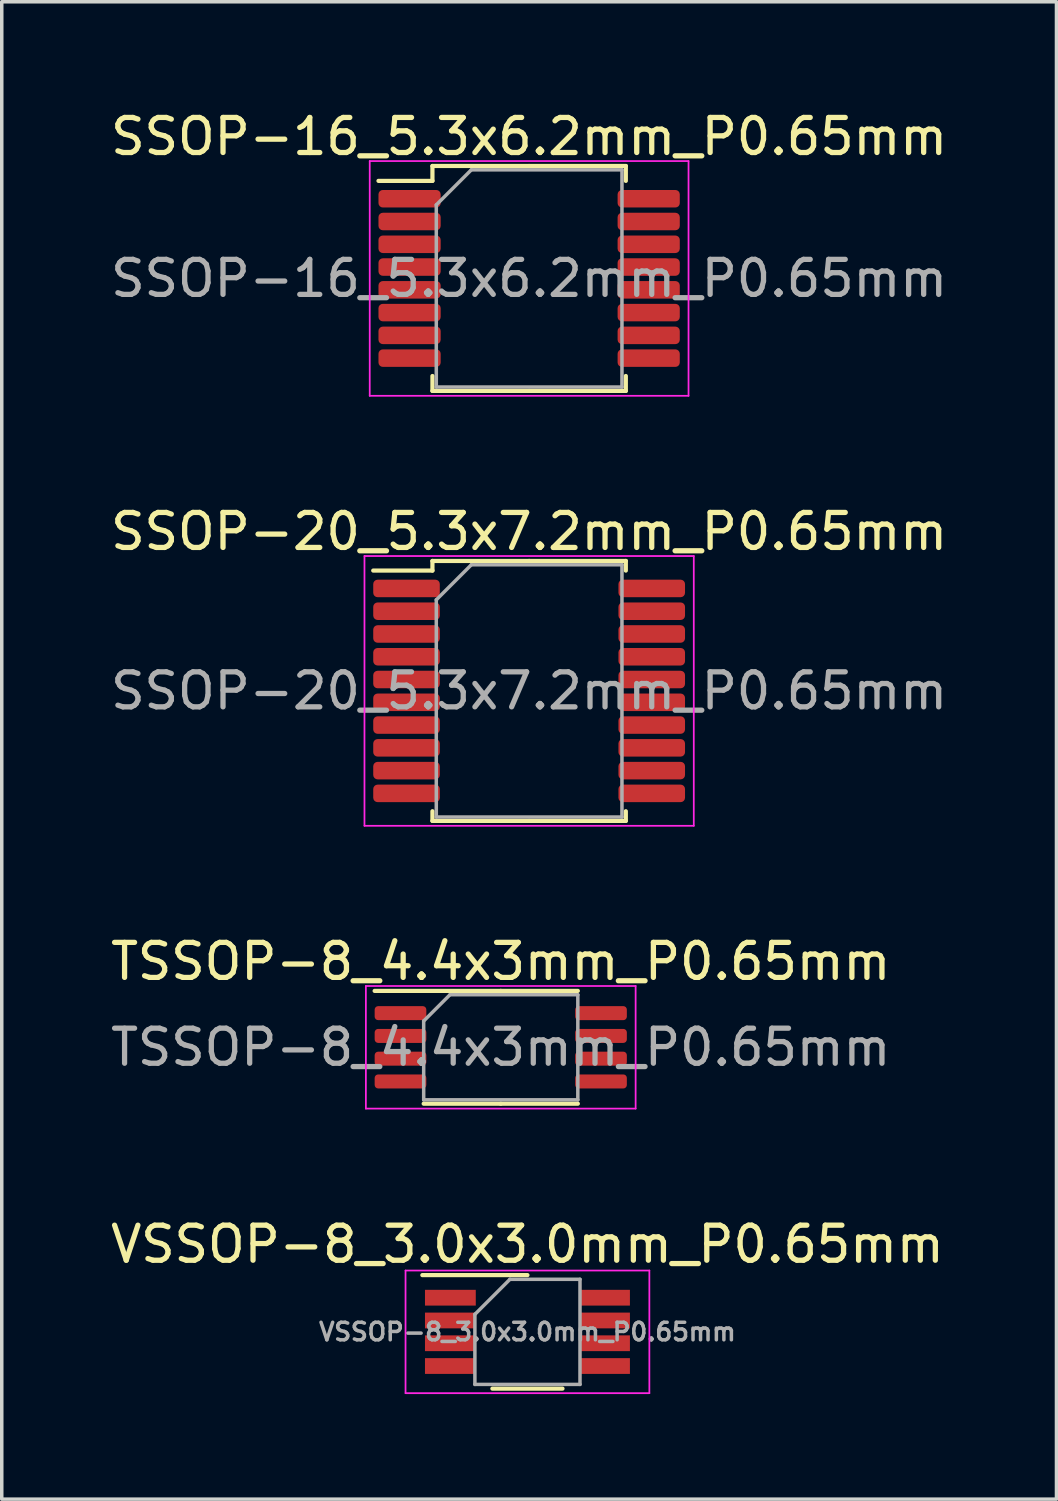
<source format=kicad_pcb>
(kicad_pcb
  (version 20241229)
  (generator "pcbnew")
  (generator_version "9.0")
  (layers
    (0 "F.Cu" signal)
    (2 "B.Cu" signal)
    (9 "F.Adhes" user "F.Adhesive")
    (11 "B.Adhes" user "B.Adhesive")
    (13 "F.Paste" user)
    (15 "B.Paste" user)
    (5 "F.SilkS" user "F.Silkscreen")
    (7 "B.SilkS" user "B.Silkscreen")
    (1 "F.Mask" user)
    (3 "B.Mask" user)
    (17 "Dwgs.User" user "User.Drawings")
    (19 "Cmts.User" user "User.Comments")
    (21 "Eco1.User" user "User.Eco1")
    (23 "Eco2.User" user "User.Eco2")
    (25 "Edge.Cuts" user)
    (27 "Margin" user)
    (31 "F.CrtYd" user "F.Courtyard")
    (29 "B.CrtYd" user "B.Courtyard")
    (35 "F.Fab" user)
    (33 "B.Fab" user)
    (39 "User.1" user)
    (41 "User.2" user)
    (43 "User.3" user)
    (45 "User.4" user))
  (footprint "TSSOP-8_4.4x3mm_P0.65mm"
    (layer "F.Cu")
    (at 11.244 26.845)
    (property "Reference" "TSSOP-8_4.4x3mm_P0.65mm" (at 0 -2.45 0) (layer "F.SilkS") (effects (font (size 1 1) (thickness 0.15))))
    (attr smd)
    (fp_line (start 0 -1.61) (end -3.6 -1.61) (stroke (width 0.12) (type solid)) (layer "F.SilkS"))
    (fp_line (start 0 -1.61) (end 2.2 -1.61) (stroke (width 0.12) (type solid)) (layer "F.SilkS"))
    (fp_line (start 0 1.61) (end -2.2 1.61) (stroke (width 0.12) (type solid)) (layer "F.SilkS"))
    (fp_line (start 0 1.61) (end 2.2 1.61) (stroke (width 0.12) (type solid)) (layer "F.SilkS"))
    (fp_line (start -3.85 -1.75) (end -3.85 1.75) (stroke (width 0.05) (type solid)) (layer "F.CrtYd"))
    (fp_line (start -3.85 1.75) (end 3.85 1.75) (stroke (width 0.05) (type solid)) (layer "F.CrtYd"))
    (fp_line (start 3.85 -1.75) (end -3.85 -1.75) (stroke (width 0.05) (type solid)) (layer "F.CrtYd"))
    (fp_line (start 3.85 1.75) (end 3.85 -1.75) (stroke (width 0.05) (type solid)) (layer "F.CrtYd"))
    (fp_line (start -2.2 -0.75) (end -1.45 -1.5) (stroke (width 0.1) (type solid)) (layer "F.Fab"))
    (fp_line (start -2.2 1.5) (end -2.2 -0.75) (stroke (width 0.1) (type solid)) (layer "F.Fab"))
    (fp_line (start -1.45 -1.5) (end 2.2 -1.5) (stroke (width 0.1) (type solid)) (layer "F.Fab"))
    (fp_line (start 2.2 -1.5) (end 2.2 1.5) (stroke (width 0.1) (type solid)) (layer "F.Fab"))
    (fp_line (start 2.2 1.5) (end -2.2 1.5) (stroke (width 0.1) (type solid)) (layer "F.Fab"))
    (fp_text user "${REFERENCE}" (at 0 0 0) (layer "F.Fab") (effects (font (size 1 1) (thickness 0.15))))
    (pad "1" smd roundrect (at -2.862 -0.975) (size 1.475 0.4) (layers "F.Cu" "F.Mask" "F.Paste") (roundrect_rratio 0.25))
    (pad "2" smd roundrect (at -2.862 -0.325) (size 1.475 0.4) (layers "F.Cu" "F.Mask" "F.Paste") (roundrect_rratio 0.25))
    (pad "3" smd roundrect (at -2.862 0.325) (size 1.475 0.4) (layers "F.Cu" "F.Mask" "F.Paste") (roundrect_rratio 0.25))
    (pad "4" smd roundrect (at -2.862 0.975) (size 1.475 0.4) (layers "F.Cu" "F.Mask" "F.Paste") (roundrect_rratio 0.25))
    (pad "5" smd roundrect (at 2.862 0.975) (size 1.475 0.4) (layers "F.Cu" "F.Mask" "F.Paste") (roundrect_rratio 0.25))
    (pad "6" smd roundrect (at 2.862 0.325) (size 1.475 0.4) (layers "F.Cu" "F.Mask" "F.Paste") (roundrect_rratio 0.25))
    (pad "7" smd roundrect (at 2.862 -0.325) (size 1.475 0.4) (layers "F.Cu" "F.Mask" "F.Paste") (roundrect_rratio 0.25))
    (pad "8" smd roundrect (at 2.862 -0.975) (size 1.475 0.4) (layers "F.Cu" "F.Mask" "F.Paste") (roundrect_rratio 0.25)))
  (footprint "VSSOP-8_3.0x3.0mm_P0.65mm"
    (layer "F.Cu")
    (at 12.006 34.968)
    (property "Reference" "VSSOP-8_3.0x3.0mm_P0.65mm" (at 0 -2.5 0) (layer "F.SilkS") (effects (font (size 1 1) (thickness 0.15))))
    (attr smd)
    (fp_line (start 0 -1.62) (end -3 -1.62) (stroke (width 0.12) (type solid)) (layer "F.SilkS"))
    (fp_line (start 1 1.62) (end -1 1.62) (stroke (width 0.12) (type solid)) (layer "F.SilkS"))
    (fp_line (start -3.48 -1.75) (end 3.48 -1.75) (stroke (width 0.05) (type solid)) (layer "F.CrtYd"))
    (fp_line (start -3.48 1.75) (end -3.48 -1.75) (stroke (width 0.05) (type solid)) (layer "F.CrtYd"))
    (fp_line (start 3.48 -1.75) (end 3.48 1.75) (stroke (width 0.05) (type solid)) (layer "F.CrtYd"))
    (fp_line (start 3.48 1.75) (end -3.48 1.75) (stroke (width 0.05) (type solid)) (layer "F.CrtYd"))
    (fp_line (start -1.5 1.5) (end -1.5 -0.5) (stroke (width 0.1) (type solid)) (layer "F.Fab"))
    (fp_line (start -0.5 -1.5) (end -1.5 -0.5) (stroke (width 0.1) (type solid)) (layer "F.Fab"))
    (fp_line (start -0.5 -1.5) (end 1.5 -1.5) (stroke (width 0.1) (type solid)) (layer "F.Fab"))
    (fp_line (start 1.5 -1.5) (end 1.5 1.5) (stroke (width 0.1) (type solid)) (layer "F.Fab"))
    (fp_line (start 1.5 1.5) (end -1.5 1.5) (stroke (width 0.1) (type solid)) (layer "F.Fab"))
    (fp_text user "${REFERENCE}" (at 0 0 0) (layer "F.Fab") (effects (font (size 0.5 0.5) (thickness 0.1))))
    (pad "1" smd rect (at -2.2 -0.975 270) (size 0.45 1.45) (layers "F.Cu" "F.Mask" "F.Paste"))
    (pad "2" smd rect (at -2.2 -0.325 270) (size 0.45 1.45) (layers "F.Cu" "F.Mask" "F.Paste"))
    (pad "3" smd rect (at -2.2 0.325 270) (size 0.45 1.45) (layers "F.Cu" "F.Mask" "F.Paste"))
    (pad "4" smd rect (at -2.2 0.975 270) (size 0.45 1.45) (layers "F.Cu" "F.Mask" "F.Paste"))
    (pad "5" smd rect (at 2.2 0.975 270) (size 0.45 1.45) (layers "F.Cu" "F.Mask" "F.Paste"))
    (pad "6" smd rect (at 2.2 0.325 270) (size 0.45 1.45) (layers "F.Cu" "F.Mask" "F.Paste"))
    (pad "7" smd rect (at 2.2 -0.325 270) (size 0.45 1.45) (layers "F.Cu" "F.Mask" "F.Paste"))
    (pad "8" smd rect (at 2.2 -0.975 270) (size 0.45 1.45) (layers "F.Cu" "F.Mask" "F.Paste")))
  (footprint "SSOP-20_5.3x7.2mm_P0.65mm"
    (layer "F.Cu")
    (at 12.054 16.672)
    (property "Reference" "SSOP-20_5.3x7.2mm_P0.65mm" (at 0 -4.55 0) (layer "F.SilkS") (effects (font (size 1 1) (thickness 0.15))))
    (attr smd)
    (fp_line (start -2.76 -3.71) (end -2.76 -3.435) (stroke (width 0.12) (type solid)) (layer "F.SilkS"))
    (fp_line (start -2.76 -3.435) (end -4.45 -3.435) (stroke (width 0.12) (type solid)) (layer "F.SilkS"))
    (fp_line (start -2.76 3.71) (end -2.76 3.435) (stroke (width 0.12) (type solid)) (layer "F.SilkS"))
    (fp_line (start 0 -3.71) (end -2.76 -3.71) (stroke (width 0.12) (type solid)) (layer "F.SilkS"))
    (fp_line (start 0 -3.71) (end 2.76 -3.71) (stroke (width 0.12) (type solid)) (layer "F.SilkS"))
    (fp_line (start 0 3.71) (end -2.76 3.71) (stroke (width 0.12) (type solid)) (layer "F.SilkS"))
    (fp_line (start 0 3.71) (end 2.76 3.71) (stroke (width 0.12) (type solid)) (layer "F.SilkS"))
    (fp_line (start 2.76 -3.71) (end 2.76 -3.435) (stroke (width 0.12) (type solid)) (layer "F.SilkS"))
    (fp_line (start 2.76 3.71) (end 2.76 3.435) (stroke (width 0.12) (type solid)) (layer "F.SilkS"))
    (fp_line (start -4.7 -3.85) (end -4.7 3.85) (stroke (width 0.05) (type solid)) (layer "F.CrtYd"))
    (fp_line (start -4.7 3.85) (end 4.7 3.85) (stroke (width 0.05) (type solid)) (layer "F.CrtYd"))
    (fp_line (start 4.7 -3.85) (end -4.7 -3.85) (stroke (width 0.05) (type solid)) (layer "F.CrtYd"))
    (fp_line (start 4.7 3.85) (end 4.7 -3.85) (stroke (width 0.05) (type solid)) (layer "F.CrtYd"))
    (fp_line (start -2.65 -2.6) (end -1.65 -3.6) (stroke (width 0.1) (type solid)) (layer "F.Fab"))
    (fp_line (start -2.65 3.6) (end -2.65 -2.6) (stroke (width 0.1) (type solid)) (layer "F.Fab"))
    (fp_line (start -1.65 -3.6) (end 2.65 -3.6) (stroke (width 0.1) (type solid)) (layer "F.Fab"))
    (fp_line (start 2.65 -3.6) (end 2.65 3.6) (stroke (width 0.1) (type solid)) (layer "F.Fab"))
    (fp_line (start 2.65 3.6) (end -2.65 3.6) (stroke (width 0.1) (type solid)) (layer "F.Fab"))
    (fp_text user "${REFERENCE}" (at 0 0 0) (layer "F.Fab") (effects (font (size 1 1) (thickness 0.15))))
    (pad "1" smd roundrect (at -3.5 -2.925) (size 1.9 0.5) (layers "F.Cu" "F.Mask" "F.Paste") (roundrect_rratio 0.25))
    (pad "2" smd roundrect (at -3.5 -2.275) (size 1.9 0.5) (layers "F.Cu" "F.Mask" "F.Paste") (roundrect_rratio 0.25))
    (pad "3" smd roundrect (at -3.5 -1.625) (size 1.9 0.5) (layers "F.Cu" "F.Mask" "F.Paste") (roundrect_rratio 0.25))
    (pad "4" smd roundrect (at -3.5 -0.975) (size 1.9 0.5) (layers "F.Cu" "F.Mask" "F.Paste") (roundrect_rratio 0.25))
    (pad "5" smd roundrect (at -3.5 -0.325) (size 1.9 0.5) (layers "F.Cu" "F.Mask" "F.Paste") (roundrect_rratio 0.25))
    (pad "6" smd roundrect (at -3.5 0.325) (size 1.9 0.5) (layers "F.Cu" "F.Mask" "F.Paste") (roundrect_rratio 0.25))
    (pad "7" smd roundrect (at -3.5 0.975) (size 1.9 0.5) (layers "F.Cu" "F.Mask" "F.Paste") (roundrect_rratio 0.25))
    (pad "8" smd roundrect (at -3.5 1.625) (size 1.9 0.5) (layers "F.Cu" "F.Mask" "F.Paste") (roundrect_rratio 0.25))
    (pad "9" smd roundrect (at -3.5 2.275) (size 1.9 0.5) (layers "F.Cu" "F.Mask" "F.Paste") (roundrect_rratio 0.25))
    (pad "10" smd roundrect (at -3.5 2.925) (size 1.9 0.5) (layers "F.Cu" "F.Mask" "F.Paste") (roundrect_rratio 0.25))
    (pad "11" smd roundrect (at 3.5 2.925) (size 1.9 0.5) (layers "F.Cu" "F.Mask" "F.Paste") (roundrect_rratio 0.25))
    (pad "12" smd roundrect (at 3.5 2.275) (size 1.9 0.5) (layers "F.Cu" "F.Mask" "F.Paste") (roundrect_rratio 0.25))
    (pad "13" smd roundrect (at 3.5 1.625) (size 1.9 0.5) (layers "F.Cu" "F.Mask" "F.Paste") (roundrect_rratio 0.25))
    (pad "14" smd roundrect (at 3.5 0.975) (size 1.9 0.5) (layers "F.Cu" "F.Mask" "F.Paste") (roundrect_rratio 0.25))
    (pad "15" smd roundrect (at 3.5 0.325) (size 1.9 0.5) (layers "F.Cu" "F.Mask" "F.Paste") (roundrect_rratio 0.25))
    (pad "16" smd roundrect (at 3.5 -0.325) (size 1.9 0.5) (layers "F.Cu" "F.Mask" "F.Paste") (roundrect_rratio 0.25))
    (pad "17" smd roundrect (at 3.5 -0.975) (size 1.9 0.5) (layers "F.Cu" "F.Mask" "F.Paste") (roundrect_rratio 0.25))
    (pad "18" smd roundrect (at 3.5 -1.625) (size 1.9 0.5) (layers "F.Cu" "F.Mask" "F.Paste") (roundrect_rratio 0.25))
    (pad "19" smd roundrect (at 3.5 -2.275) (size 1.9 0.5) (layers "F.Cu" "F.Mask" "F.Paste") (roundrect_rratio 0.25))
    (pad "20" smd roundrect (at 3.5 -2.925) (size 1.9 0.5) (layers "F.Cu" "F.Mask" "F.Paste") (roundrect_rratio 0.25)))
  (footprint "SSOP-16_5.3x6.2mm_P0.65mm"
    (layer "F.Cu")
    (at 12.054 4.898)
    (property "Reference" "SSOP-16_5.3x6.2mm_P0.65mm" (at 0 -4.05 0) (layer "F.SilkS") (effects (font (size 1 1) (thickness 0.15))))
    (attr smd)
    (fp_line (start -2.76 -3.21) (end -2.76 -2.785) (stroke (width 0.12) (type solid)) (layer "F.SilkS"))
    (fp_line (start -2.76 -2.785) (end -4.3 -2.785) (stroke (width 0.12) (type solid)) (layer "F.SilkS"))
    (fp_line (start -2.76 3.21) (end -2.76 2.785) (stroke (width 0.12) (type solid)) (layer "F.SilkS"))
    (fp_line (start 0 -3.21) (end -2.76 -3.21) (stroke (width 0.12) (type solid)) (layer "F.SilkS"))
    (fp_line (start 0 -3.21) (end 2.76 -3.21) (stroke (width 0.12) (type solid)) (layer "F.SilkS"))
    (fp_line (start 0 3.21) (end -2.76 3.21) (stroke (width 0.12) (type solid)) (layer "F.SilkS"))
    (fp_line (start 0 3.21) (end 2.76 3.21) (stroke (width 0.12) (type solid)) (layer "F.SilkS"))
    (fp_line (start 2.76 -3.21) (end 2.76 -2.785) (stroke (width 0.12) (type solid)) (layer "F.SilkS"))
    (fp_line (start 2.76 3.21) (end 2.76 2.785) (stroke (width 0.12) (type solid)) (layer "F.SilkS"))
    (fp_line (start -4.55 -3.35) (end -4.55 3.35) (stroke (width 0.05) (type solid)) (layer "F.CrtYd"))
    (fp_line (start -4.55 3.35) (end 4.55 3.35) (stroke (width 0.05) (type solid)) (layer "F.CrtYd"))
    (fp_line (start 4.55 -3.35) (end -4.55 -3.35) (stroke (width 0.05) (type solid)) (layer "F.CrtYd"))
    (fp_line (start 4.55 3.35) (end 4.55 -3.35) (stroke (width 0.05) (type solid)) (layer "F.CrtYd"))
    (fp_line (start -2.65 -2.1) (end -1.65 -3.1) (stroke (width 0.1) (type solid)) (layer "F.Fab"))
    (fp_line (start -2.65 3.1) (end -2.65 -2.1) (stroke (width 0.1) (type solid)) (layer "F.Fab"))
    (fp_line (start -1.65 -3.1) (end 2.65 -3.1) (stroke (width 0.1) (type solid)) (layer "F.Fab"))
    (fp_line (start 2.65 -3.1) (end 2.65 3.1) (stroke (width 0.1) (type solid)) (layer "F.Fab"))
    (fp_line (start 2.65 3.1) (end -2.65 3.1) (stroke (width 0.1) (type solid)) (layer "F.Fab"))
    (fp_text user "${REFERENCE}" (at 0 0 0) (layer "F.Fab") (effects (font (size 1 1) (thickness 0.15))))
    (pad "1" smd roundrect (at -3.413 -2.275) (size 1.775 0.5) (layers "F.Cu" "F.Mask" "F.Paste") (roundrect_rratio 0.25))
    (pad "2" smd roundrect (at -3.413 -1.625) (size 1.775 0.5) (layers "F.Cu" "F.Mask" "F.Paste") (roundrect_rratio 0.25))
    (pad "3" smd roundrect (at -3.413 -0.975) (size 1.775 0.5) (layers "F.Cu" "F.Mask" "F.Paste") (roundrect_rratio 0.25))
    (pad "4" smd roundrect (at -3.413 -0.325) (size 1.775 0.5) (layers "F.Cu" "F.Mask" "F.Paste") (roundrect_rratio 0.25))
    (pad "5" smd roundrect (at -3.413 0.325) (size 1.775 0.5) (layers "F.Cu" "F.Mask" "F.Paste") (roundrect_rratio 0.25))
    (pad "6" smd roundrect (at -3.413 0.975) (size 1.775 0.5) (layers "F.Cu" "F.Mask" "F.Paste") (roundrect_rratio 0.25))
    (pad "7" smd roundrect (at -3.413 1.625) (size 1.775 0.5) (layers "F.Cu" "F.Mask" "F.Paste") (roundrect_rratio 0.25))
    (pad "8" smd roundrect (at -3.413 2.275) (size 1.775 0.5) (layers "F.Cu" "F.Mask" "F.Paste") (roundrect_rratio 0.25))
    (pad "9" smd roundrect (at 3.413 2.275) (size 1.775 0.5) (layers "F.Cu" "F.Mask" "F.Paste") (roundrect_rratio 0.25))
    (pad "10" smd roundrect (at 3.413 1.625) (size 1.775 0.5) (layers "F.Cu" "F.Mask" "F.Paste") (roundrect_rratio 0.25))
    (pad "11" smd roundrect (at 3.413 0.975) (size 1.775 0.5) (layers "F.Cu" "F.Mask" "F.Paste") (roundrect_rratio 0.25))
    (pad "12" smd roundrect (at 3.413 0.325) (size 1.775 0.5) (layers "F.Cu" "F.Mask" "F.Paste") (roundrect_rratio 0.25))
    (pad "13" smd roundrect (at 3.413 -0.325) (size 1.775 0.5) (layers "F.Cu" "F.Mask" "F.Paste") (roundrect_rratio 0.25))
    (pad "14" smd roundrect (at 3.413 -0.975) (size 1.775 0.5) (layers "F.Cu" "F.Mask" "F.Paste") (roundrect_rratio 0.25))
    (pad "15" smd roundrect (at 3.413 -1.625) (size 1.775 0.5) (layers "F.Cu" "F.Mask" "F.Paste") (roundrect_rratio 0.25))
    (pad "16" smd roundrect (at 3.413 -2.275) (size 1.775 0.5) (layers "F.Cu" "F.Mask" "F.Paste") (roundrect_rratio 0.25)))
  (gr_rect
    (start -3 -3)
    (end 27.107 39.743)
    (stroke (width 0.1) (type default))
    (fill no)
    (layer "Edge.Cuts")))
</source>
